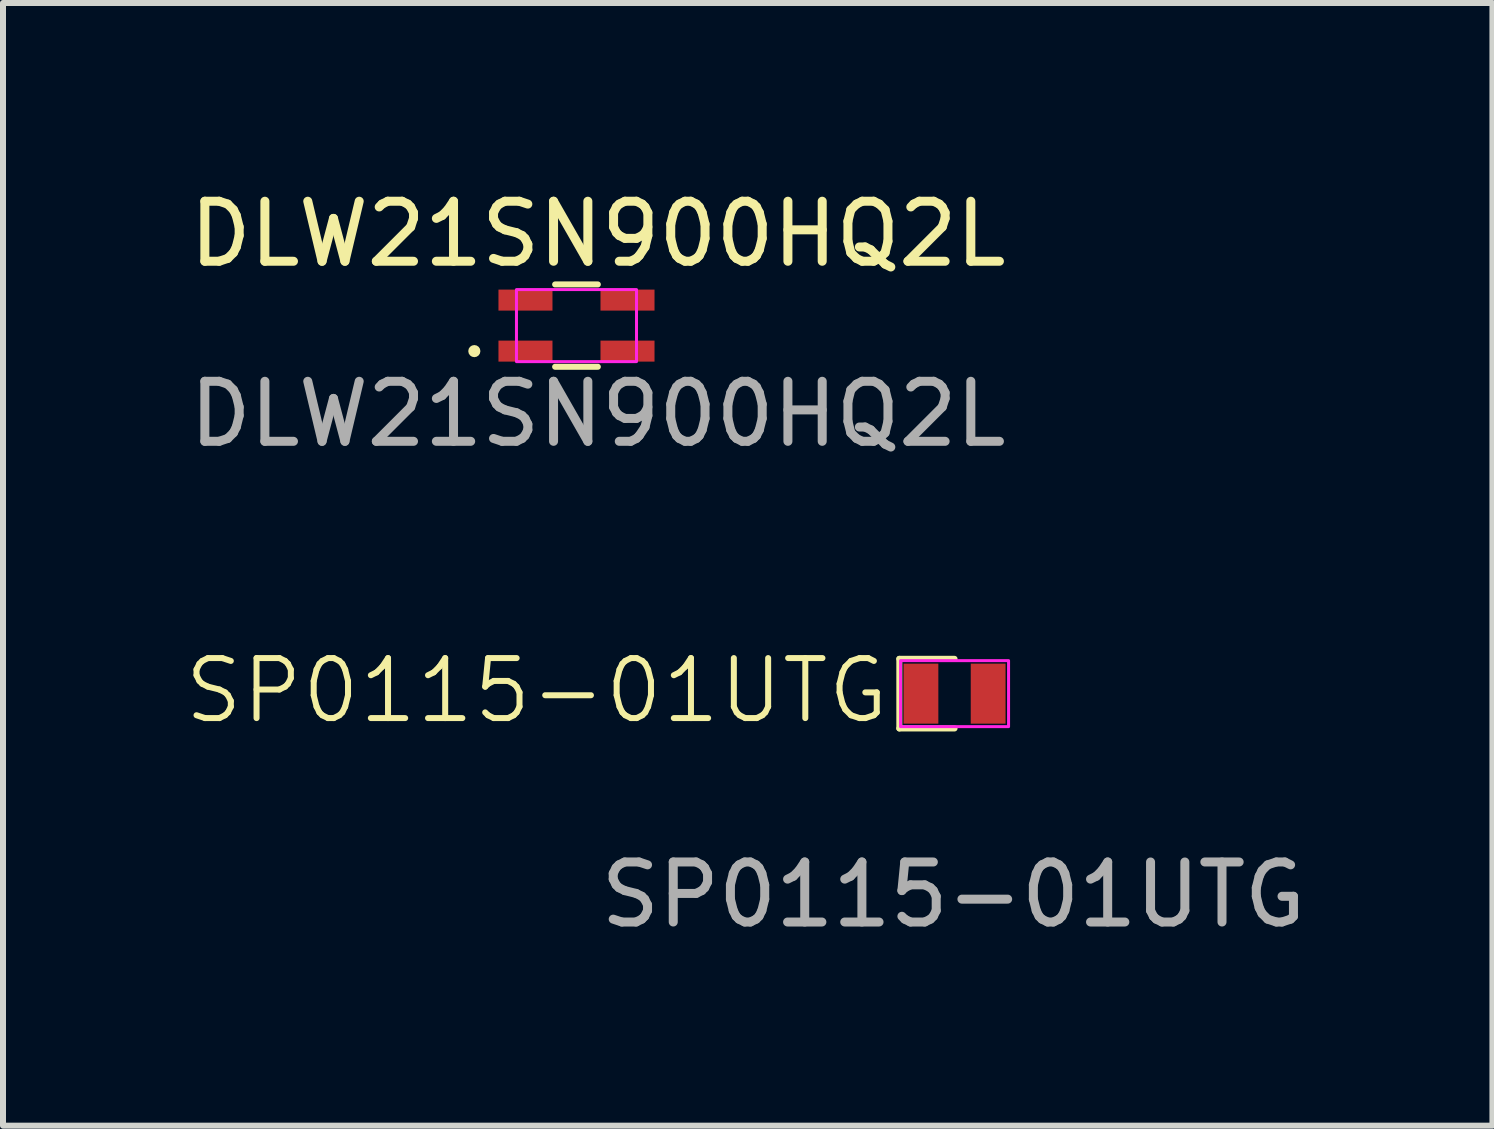
<source format=kicad_pcb>
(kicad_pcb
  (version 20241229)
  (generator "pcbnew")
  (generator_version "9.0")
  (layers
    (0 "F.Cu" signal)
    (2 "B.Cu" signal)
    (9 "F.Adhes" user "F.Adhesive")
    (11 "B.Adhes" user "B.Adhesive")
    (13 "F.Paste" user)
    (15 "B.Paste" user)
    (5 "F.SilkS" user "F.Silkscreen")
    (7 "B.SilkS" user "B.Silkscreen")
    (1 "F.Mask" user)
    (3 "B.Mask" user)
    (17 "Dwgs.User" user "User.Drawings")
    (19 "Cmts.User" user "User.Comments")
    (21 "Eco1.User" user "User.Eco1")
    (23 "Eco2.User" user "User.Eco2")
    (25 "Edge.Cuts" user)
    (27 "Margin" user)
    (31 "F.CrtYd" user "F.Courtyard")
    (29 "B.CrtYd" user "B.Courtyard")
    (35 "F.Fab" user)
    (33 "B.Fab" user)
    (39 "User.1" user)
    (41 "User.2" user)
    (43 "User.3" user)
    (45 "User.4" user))
  (footprint "DLW21SN900HQ2L"
    (layer "F.Cu")
    (at 6.555 2.375)
    (property "Reference" "DLW21SN900HQ2L" (at 0.356 -1.527 0) (unlocked yes) (layer "F.SilkS") (effects (font (size 1 1) (thickness 0.15))))
    (attr smd)
    (fp_line (start -0.356 -0.686) (end 0.356 -0.686) (stroke (width 0.1) (type default)) (layer "F.SilkS"))
    (fp_line (start -0.356 0.686) (end 0.356 0.686) (stroke (width 0.1) (type default)) (layer "F.SilkS"))
    (fp_circle (center -1.702 0.425) (end -1.651 0.425) (stroke (width 0.1) (type default)) (fill no) (layer "F.SilkS"))
    (fp_rect (start -1 0.6) (end 1 -0.6) (stroke (width 0.05) (type default)) (fill no) (layer "F.CrtYd"))
    (fp_text user "${REFERENCE}" (at 0.356 1.473 0) (unlocked yes) (layer "F.Fab") (effects (font (size 1 1) (thickness 0.15))))
    (pad "1" smd rect (at -0.85 0.425) (size 0.9 0.35) (layers "F.Cu" "F.Mask" "F.Paste"))
    (pad "2" smd rect (at 0.85 0.425) (size 0.9 0.35) (layers "F.Cu" "F.Mask" "F.Paste"))
    (pad "3" smd rect (at 0.85 -0.425) (size 0.9 0.35) (layers "F.Cu" "F.Mask" "F.Paste"))
    (pad "4" smd rect (at -0.85 -0.425) (size 0.9 0.35) (layers "F.Cu" "F.Mask" "F.Paste")))
  (footprint "SP0115-01UTG"
    (layer "F.Cu")
    (at 12.854 8.507)
    (property "Reference" "SP0115-01UTG" (at -1.04 -0.05 0) (unlocked yes) (layer "F.SilkS") (effects (font (size 1 1) (thickness 0.1)) (justify right)))
    (attr smd)
    (fp_line (start -0.92 -0.58) (end -0.92 0.58) (stroke (width 0.1) (type default)) (layer "F.SilkS"))
    (fp_line (start -0.92 0.58) (end 0 0.58) (stroke (width 0.1) (type default)) (layer "F.SilkS"))
    (fp_line (start 0 -0.58) (end -0.92 -0.58) (stroke (width 0.1) (type default)) (layer "F.SilkS"))
    (fp_rect (start -0.9 -0.55) (end 0.9 0.55) (stroke (width 0.05) (type default)) (fill no) (layer "F.CrtYd"))
    (fp_text user "${REFERENCE}" (at -0.02 3.35 0) (unlocked yes) (layer "F.Fab") (effects (font (size 1 1) (thickness 0.15))))
    (pad "1" smd rect (at -0.56 0) (size 0.58 1) (layers "F.Cu" "F.Mask" "F.Paste"))
    (pad "2" smd rect (at 0.56 0) (size 0.58 1) (layers "F.Cu" "F.Mask" "F.Paste")))
  (gr_rect
    (start -3 -3)
    (end 21.816 15.705)
    (stroke (width 0.1) (type default))
    (fill no)
    (layer "Edge.Cuts")))
</source>
